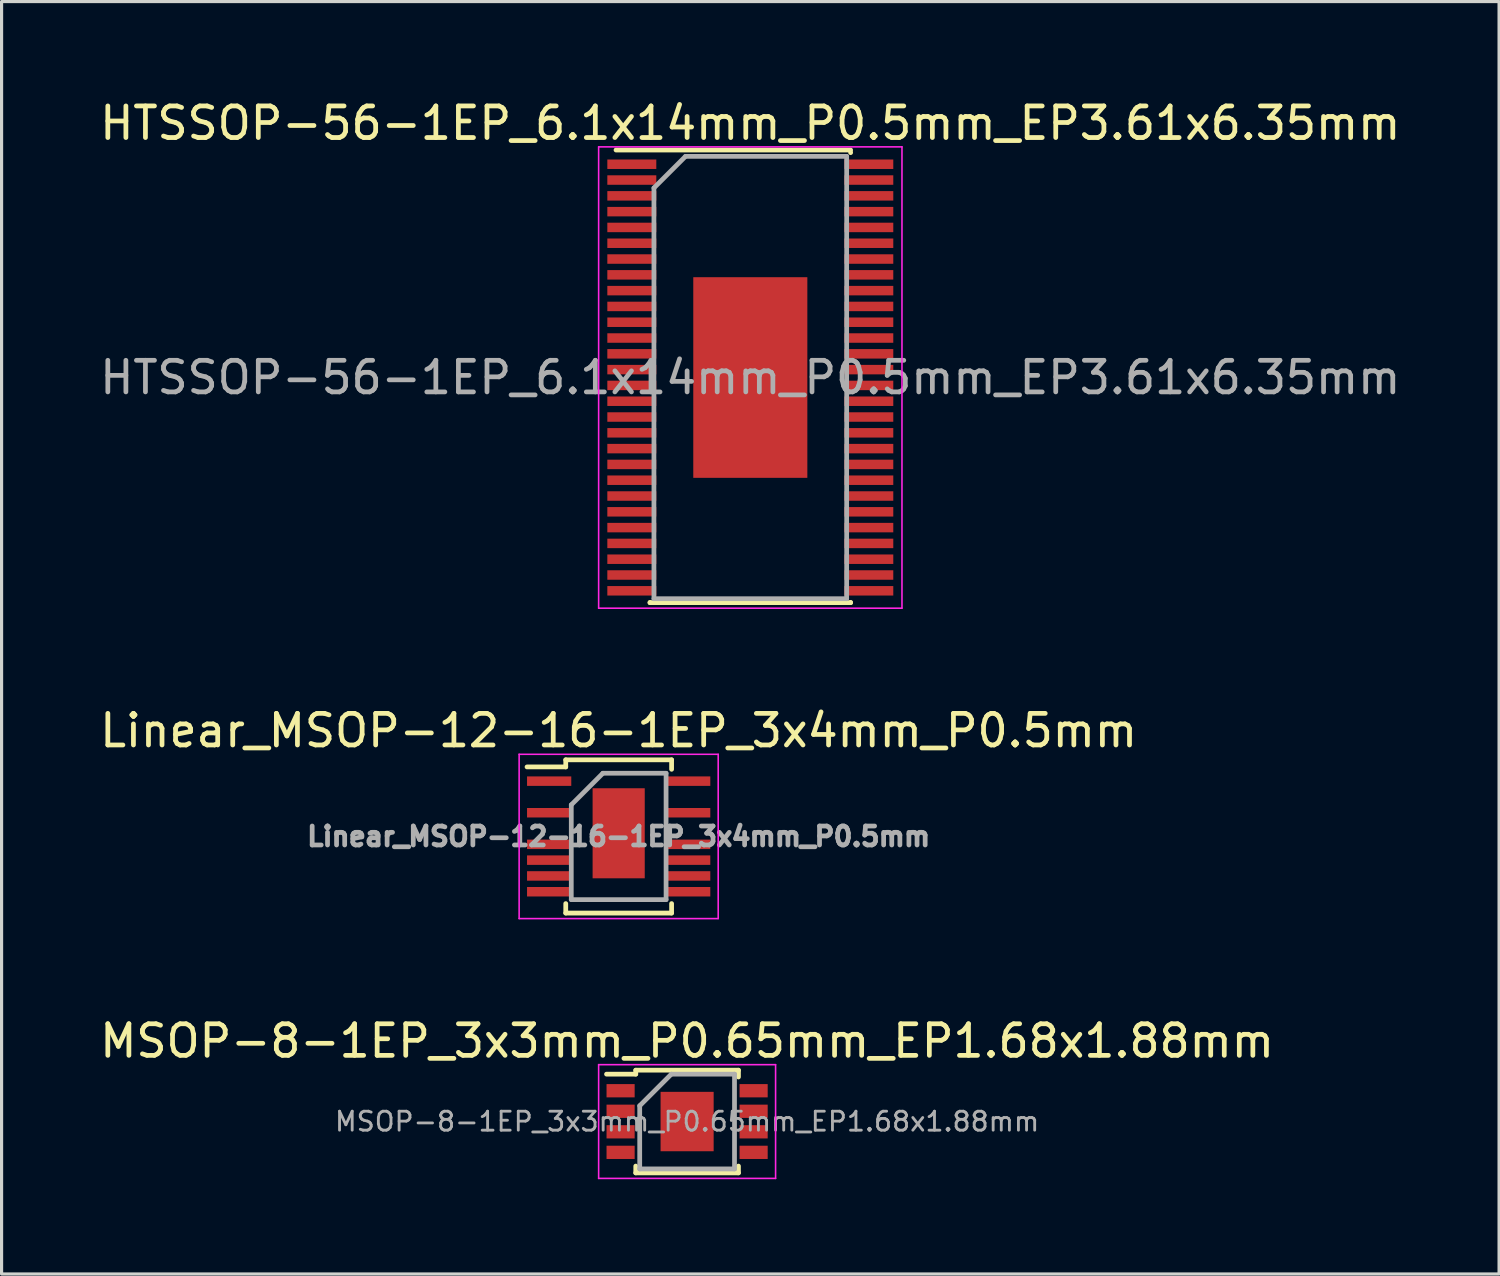
<source format=kicad_pcb>
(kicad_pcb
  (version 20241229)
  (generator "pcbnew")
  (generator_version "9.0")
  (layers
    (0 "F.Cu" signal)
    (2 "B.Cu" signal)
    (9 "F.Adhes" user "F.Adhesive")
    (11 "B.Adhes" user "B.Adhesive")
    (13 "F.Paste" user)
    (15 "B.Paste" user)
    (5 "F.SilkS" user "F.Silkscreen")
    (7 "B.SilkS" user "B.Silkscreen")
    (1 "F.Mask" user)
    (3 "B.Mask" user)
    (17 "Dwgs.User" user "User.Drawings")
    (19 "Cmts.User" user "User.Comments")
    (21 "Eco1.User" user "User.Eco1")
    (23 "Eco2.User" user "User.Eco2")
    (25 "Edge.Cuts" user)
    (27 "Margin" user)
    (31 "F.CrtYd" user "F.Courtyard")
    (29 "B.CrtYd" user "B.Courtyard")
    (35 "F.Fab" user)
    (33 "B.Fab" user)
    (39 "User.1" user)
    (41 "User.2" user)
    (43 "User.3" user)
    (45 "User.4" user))
  (footprint "Linear_MSOP-12-16-1EP_3x4mm_P0.5mm"
    (layer "F.Cu")
    (at 16.53 23.422)
    (property "Reference" "Linear_MSOP-12-16-1EP_3x4mm_P0.5mm" (at 0 -3.35 0) (layer "F.SilkS") (effects (font (size 1 1) (thickness 0.15))))
    (attr smd)
    (fp_line (start -1.675 -2.425) (end -1.675 -2.2) (stroke (width 0.15) (type solid)) (layer "F.SilkS"))
    (fp_line (start -1.675 -2.425) (end 1.675 -2.425) (stroke (width 0.15) (type solid)) (layer "F.SilkS"))
    (fp_line (start -1.675 -2.2) (end -2.9 -2.2) (stroke (width 0.15) (type solid)) (layer "F.SilkS"))
    (fp_line (start -1.675 2.425) (end -1.675 2.125) (stroke (width 0.15) (type solid)) (layer "F.SilkS"))
    (fp_line (start -1.675 2.425) (end 1.675 2.425) (stroke (width 0.15) (type solid)) (layer "F.SilkS"))
    (fp_line (start 1.675 -2.425) (end 1.675 -2.125) (stroke (width 0.15) (type solid)) (layer "F.SilkS"))
    (fp_line (start 1.675 2.425) (end 1.675 2.125) (stroke (width 0.15) (type solid)) (layer "F.SilkS"))
    (fp_line (start -3.15 -2.6) (end -3.15 2.6) (stroke (width 0.05) (type solid)) (layer "F.CrtYd"))
    (fp_line (start -3.15 -2.6) (end 3.15 -2.6) (stroke (width 0.05) (type solid)) (layer "F.CrtYd"))
    (fp_line (start -3.15 2.6) (end 3.15 2.6) (stroke (width 0.05) (type solid)) (layer "F.CrtYd"))
    (fp_line (start 3.15 -2.6) (end 3.15 2.6) (stroke (width 0.05) (type solid)) (layer "F.CrtYd"))
    (fp_line (start -1.5 -1) (end -0.5 -2) (stroke (width 0.15) (type solid)) (layer "F.Fab"))
    (fp_line (start -1.5 2) (end -1.5 -1) (stroke (width 0.15) (type solid)) (layer "F.Fab"))
    (fp_line (start -0.5 -2) (end 1.5 -2) (stroke (width 0.15) (type solid)) (layer "F.Fab"))
    (fp_line (start 1.5 -2) (end 1.5 2) (stroke (width 0.15) (type solid)) (layer "F.Fab"))
    (fp_line (start 1.5 2) (end -1.5 2) (stroke (width 0.15) (type solid)) (layer "F.Fab"))
    (fp_text user "${REFERENCE}" (at 0 0 0) (layer "F.Fab") (effects (font (size 0.6 0.6) (thickness 0.15))))
    (pad "1" smd rect (at -2.2 -1.75) (size 1.4 0.3) (layers "F.Cu" "F.Mask" "F.Paste"))
    (pad "3" smd rect (at -2.2 -0.75) (size 1.4 0.3) (layers "F.Cu" "F.Mask" "F.Paste"))
    (pad "5" smd rect (at -2.2 0.25) (size 1.4 0.3) (layers "F.Cu" "F.Mask" "F.Paste"))
    (pad "6" smd rect (at -2.2 0.75) (size 1.4 0.3) (layers "F.Cu" "F.Mask" "F.Paste"))
    (pad "7" smd rect (at -2.2 1.25) (size 1.4 0.3) (layers "F.Cu" "F.Mask" "F.Paste"))
    (pad "8" smd rect (at -2.2 1.75) (size 1.4 0.3) (layers "F.Cu" "F.Mask" "F.Paste"))
    (pad "9" smd rect (at 2.2 1.75) (size 1.4 0.3) (layers "F.Cu" "F.Mask" "F.Paste"))
    (pad "10" smd rect (at 2.2 1.25) (size 1.4 0.3) (layers "F.Cu" "F.Mask" "F.Paste"))
    (pad "11" smd rect (at 2.2 0.75) (size 1.4 0.3) (layers "F.Cu" "F.Mask" "F.Paste"))
    (pad "12" smd rect (at 2.2 0.25) (size 1.4 0.3) (layers "F.Cu" "F.Mask" "F.Paste"))
    (pad "14" smd rect (at 2.2 -0.75) (size 1.4 0.3) (layers "F.Cu" "F.Mask" "F.Paste"))
    (pad "16" smd rect (at 2.2 -1.75) (size 1.4 0.3) (layers "F.Cu" "F.Mask" "F.Paste"))
    (pad "17" smd rect (at 0 -0.1) (size 1.65 2.85) (layers "F.Cu" "F.Mask" "F.Paste")))
  (footprint "HTSSOP-56-1EP_6.1x14mm_P0.5mm_EP3.61x6.35mm"
    (layer "F.Cu")
    (at 20.696 8.898)
    (property "Reference" "HTSSOP-56-1EP_6.1x14mm_P0.5mm_EP3.61x6.35mm" (at 0 -8.05 0) (layer "F.SilkS") (effects (font (size 1 1) (thickness 0.15))))
    (attr smd)
    (fp_line (start -4.25 -7.2) (end 3.175 -7.2) (stroke (width 0.15) (type solid)) (layer "F.SilkS"))
    (fp_line (start -3.175 7.125) (end -3.175 7.117) (stroke (width 0.15) (type solid)) (layer "F.SilkS"))
    (fp_line (start -3.175 7.125) (end 3.175 7.125) (stroke (width 0.15) (type solid)) (layer "F.SilkS"))
    (fp_line (start 3.175 -7.125) (end 3.175 -7.117) (stroke (width 0.15) (type solid)) (layer "F.SilkS"))
    (fp_line (start 3.175 7.125) (end 3.175 7.117) (stroke (width 0.15) (type solid)) (layer "F.SilkS"))
    (fp_line (start -4.8 -7.3) (end -4.8 7.3) (stroke (width 0.05) (type solid)) (layer "F.CrtYd"))
    (fp_line (start -4.8 -7.3) (end 4.8 -7.3) (stroke (width 0.05) (type solid)) (layer "F.CrtYd"))
    (fp_line (start -4.8 7.3) (end 4.8 7.3) (stroke (width 0.05) (type solid)) (layer "F.CrtYd"))
    (fp_line (start 4.8 -7.3) (end 4.8 7.3) (stroke (width 0.05) (type solid)) (layer "F.CrtYd"))
    (fp_line (start -3.05 -6) (end -2.05 -7) (stroke (width 0.15) (type solid)) (layer "F.Fab"))
    (fp_line (start -3.05 7) (end -3.05 -6) (stroke (width 0.15) (type solid)) (layer "F.Fab"))
    (fp_line (start -2.05 -7) (end 3.05 -7) (stroke (width 0.15) (type solid)) (layer "F.Fab"))
    (fp_line (start 3.05 -7) (end 3.05 7) (stroke (width 0.15) (type solid)) (layer "F.Fab"))
    (fp_line (start 3.05 7) (end -3.05 7) (stroke (width 0.15) (type solid)) (layer "F.Fab"))
    (fp_text user "${REFERENCE}" (at 0 0 0) (layer "F.Fab") (effects (font (size 1 1) (thickness 0.15))))
    (pad "" smd rect (at -1.203 -2.54) (size 0.96 1.03) (layers "B.Paste"))
    (pad "" smd rect (at -1.203 -1.27) (size 0.96 1.03) (layers "B.Paste"))
    (pad "" smd rect (at -1.203 0) (size 0.96 1.03) (layers "B.Paste"))
    (pad "" smd rect (at -1.203 1.27) (size 0.96 1.03) (layers "B.Paste"))
    (pad "" smd rect (at -1.203 2.54) (size 0.96 1.03) (layers "B.Paste"))
    (pad "" smd rect (at 0 -2.54) (size 0.96 1.03) (layers "B.Paste"))
    (pad "" smd rect (at 0 -1.27) (size 0.96 1.03) (layers "B.Paste"))
    (pad "" smd rect (at 0 0) (size 0.96 1.03) (layers "B.Paste"))
    (pad "" smd rect (at 0 1.27) (size 0.96 1.03) (layers "B.Paste"))
    (pad "" smd rect (at 0 2.54) (size 0.96 1.03) (layers "B.Paste"))
    (pad "" smd rect (at 1.203 -2.54) (size 0.96 1.03) (layers "B.Paste"))
    (pad "" smd rect (at 1.203 -1.27) (size 0.96 1.03) (layers "B.Paste"))
    (pad "" smd rect (at 1.203 0) (size 0.96 1.03) (layers "B.Paste"))
    (pad "" smd rect (at 1.203 1.27) (size 0.96 1.03) (layers "B.Paste"))
    (pad "" smd rect (at 1.203 2.54) (size 0.96 1.03) (layers "B.Paste"))
    (pad "1" smd rect (at -3.75 -6.75) (size 1.55 0.3) (layers "F.Cu" "F.Mask" "F.Paste"))
    (pad "2" smd rect (at -3.75 -6.25) (size 1.55 0.3) (layers "F.Cu" "F.Mask" "F.Paste"))
    (pad "3" smd rect (at -3.75 -5.75) (size 1.55 0.3) (layers "F.Cu" "F.Mask" "F.Paste"))
    (pad "4" smd rect (at -3.75 -5.25) (size 1.55 0.3) (layers "F.Cu" "F.Mask" "F.Paste"))
    (pad "5" smd rect (at -3.75 -4.75) (size 1.55 0.3) (layers "F.Cu" "F.Mask" "F.Paste"))
    (pad "6" smd rect (at -3.75 -4.25) (size 1.55 0.3) (layers "F.Cu" "F.Mask" "F.Paste"))
    (pad "7" smd rect (at -3.75 -3.75) (size 1.55 0.3) (layers "F.Cu" "F.Mask" "F.Paste"))
    (pad "8" smd rect (at -3.75 -3.25) (size 1.55 0.3) (layers "F.Cu" "F.Mask" "F.Paste"))
    (pad "9" smd rect (at -3.75 -2.75) (size 1.55 0.3) (layers "F.Cu" "F.Mask" "F.Paste"))
    (pad "10" smd rect (at -3.75 -2.25) (size 1.55 0.3) (layers "F.Cu" "F.Mask" "F.Paste"))
    (pad "11" smd rect (at -3.75 -1.75) (size 1.55 0.3) (layers "F.Cu" "F.Mask" "F.Paste"))
    (pad "12" smd rect (at -3.75 -1.25) (size 1.55 0.3) (layers "F.Cu" "F.Mask" "F.Paste"))
    (pad "13" smd rect (at -3.75 -0.75) (size 1.55 0.3) (layers "F.Cu" "F.Mask" "F.Paste"))
    (pad "14" smd rect (at -3.75 -0.25) (size 1.55 0.3) (layers "F.Cu" "F.Mask" "F.Paste"))
    (pad "15" smd rect (at -3.75 0.25) (size 1.55 0.3) (layers "F.Cu" "F.Mask" "F.Paste"))
    (pad "16" smd rect (at -3.75 0.75) (size 1.55 0.3) (layers "F.Cu" "F.Mask" "F.Paste"))
    (pad "17" smd rect (at -3.75 1.25) (size 1.55 0.3) (layers "F.Cu" "F.Mask" "F.Paste"))
    (pad "18" smd rect (at -3.75 1.75) (size 1.55 0.3) (layers "F.Cu" "F.Mask" "F.Paste"))
    (pad "19" smd rect (at -3.75 2.25) (size 1.55 0.3) (layers "F.Cu" "F.Mask" "F.Paste"))
    (pad "20" smd rect (at -3.75 2.75) (size 1.55 0.3) (layers "F.Cu" "F.Mask" "F.Paste"))
    (pad "21" smd rect (at -3.75 3.25) (size 1.55 0.3) (layers "F.Cu" "F.Mask" "F.Paste"))
    (pad "22" smd rect (at -3.75 3.75) (size 1.55 0.3) (layers "F.Cu" "F.Mask" "F.Paste"))
    (pad "23" smd rect (at -3.75 4.25) (size 1.55 0.3) (layers "F.Cu" "F.Mask" "F.Paste"))
    (pad "24" smd rect (at -3.75 4.75) (size 1.55 0.3) (layers "F.Cu" "F.Mask" "F.Paste"))
    (pad "25" smd rect (at -3.75 5.25) (size 1.55 0.3) (layers "F.Cu" "F.Mask" "F.Paste"))
    (pad "26" smd rect (at -3.75 5.75) (size 1.55 0.3) (layers "F.Cu" "F.Mask" "F.Paste"))
    (pad "27" smd rect (at -3.75 6.25) (size 1.55 0.3) (layers "F.Cu" "F.Mask" "F.Paste"))
    (pad "28" smd rect (at -3.75 6.75) (size 1.55 0.3) (layers "F.Cu" "F.Mask" "F.Paste"))
    (pad "29" smd rect (at 3.75 6.75) (size 1.55 0.3) (layers "F.Cu" "F.Mask" "F.Paste"))
    (pad "30" smd rect (at 3.75 6.25) (size 1.55 0.3) (layers "F.Cu" "F.Mask" "F.Paste"))
    (pad "31" smd rect (at 3.75 5.75) (size 1.55 0.3) (layers "F.Cu" "F.Mask" "F.Paste"))
    (pad "32" smd rect (at 3.75 5.25) (size 1.55 0.3) (layers "F.Cu" "F.Mask" "F.Paste"))
    (pad "33" smd rect (at 3.75 4.75) (size 1.55 0.3) (layers "F.Cu" "F.Mask" "F.Paste"))
    (pad "34" smd rect (at 3.75 4.25) (size 1.55 0.3) (layers "F.Cu" "F.Mask" "F.Paste"))
    (pad "35" smd rect (at 3.75 3.75) (size 1.55 0.3) (layers "F.Cu" "F.Mask" "F.Paste"))
    (pad "36" smd rect (at 3.75 3.25) (size 1.55 0.3) (layers "F.Cu" "F.Mask" "F.Paste"))
    (pad "37" smd rect (at 3.75 2.75) (size 1.55 0.3) (layers "F.Cu" "F.Mask" "F.Paste"))
    (pad "38" smd rect (at 3.75 2.25) (size 1.55 0.3) (layers "F.Cu" "F.Mask" "F.Paste"))
    (pad "39" smd rect (at 3.75 1.75) (size 1.55 0.3) (layers "F.Cu" "F.Mask" "F.Paste"))
    (pad "40" smd rect (at 3.75 1.25) (size 1.55 0.3) (layers "F.Cu" "F.Mask" "F.Paste"))
    (pad "41" smd rect (at 3.75 0.75) (size 1.55 0.3) (layers "F.Cu" "F.Mask" "F.Paste"))
    (pad "42" smd rect (at 3.75 0.25) (size 1.55 0.3) (layers "F.Cu" "F.Mask" "F.Paste"))
    (pad "43" smd rect (at 3.75 -0.25) (size 1.55 0.3) (layers "F.Cu" "F.Mask" "F.Paste"))
    (pad "44" smd rect (at 3.75 -0.75) (size 1.55 0.3) (layers "F.Cu" "F.Mask" "F.Paste"))
    (pad "45" smd rect (at 3.75 -1.25) (size 1.55 0.3) (layers "F.Cu" "F.Mask" "F.Paste"))
    (pad "46" smd rect (at 3.75 -1.75) (size 1.55 0.3) (layers "F.Cu" "F.Mask" "F.Paste"))
    (pad "47" smd rect (at 3.75 -2.25) (size 1.55 0.3) (layers "F.Cu" "F.Mask" "F.Paste"))
    (pad "48" smd rect (at 3.75 -2.75) (size 1.55 0.3) (layers "F.Cu" "F.Mask" "F.Paste"))
    (pad "49" smd rect (at 3.75 -3.25) (size 1.55 0.3) (layers "F.Cu" "F.Mask" "F.Paste"))
    (pad "50" smd rect (at 3.75 -3.75) (size 1.55 0.3) (layers "F.Cu" "F.Mask" "F.Paste"))
    (pad "51" smd rect (at 3.75 -4.25) (size 1.55 0.3) (layers "F.Cu" "F.Mask" "F.Paste"))
    (pad "52" smd rect (at 3.75 -4.75) (size 1.55 0.3) (layers "F.Cu" "F.Mask" "F.Paste"))
    (pad "53" smd rect (at 3.75 -5.25) (size 1.55 0.3) (layers "F.Cu" "F.Mask" "F.Paste"))
    (pad "54" smd rect (at 3.75 -5.75) (size 1.55 0.3) (layers "F.Cu" "F.Mask" "F.Paste"))
    (pad "55" smd rect (at 3.75 -6.25) (size 1.55 0.3) (layers "F.Cu" "F.Mask" "F.Paste"))
    (pad "56" smd rect (at 3.75 -6.75) (size 1.55 0.3) (layers "F.Cu" "F.Mask" "F.Paste"))
    (pad "57" smd rect (at 0 0) (size 3.61 6.35) (layers "F.Cu" "F.Mask")))
  (footprint "MSOP-8-1EP_3x3mm_P0.65mm_EP1.68x1.88mm"
    (layer "F.Cu")
    (at 18.696 32.445)
    (property "Reference" "MSOP-8-1EP_3x3mm_P0.65mm_EP1.68x1.88mm" (at 0 -2.55 0) (layer "F.SilkS") (effects (font (size 1 1) (thickness 0.15))))
    (attr smd)
    (fp_line (start -1.625 -1.625) (end -1.625 -1.5) (stroke (width 0.15) (type solid)) (layer "F.SilkS"))
    (fp_line (start -1.625 -1.625) (end 1.625 -1.625) (stroke (width 0.15) (type solid)) (layer "F.SilkS"))
    (fp_line (start -1.625 -1.5) (end -2.55 -1.5) (stroke (width 0.15) (type solid)) (layer "F.SilkS"))
    (fp_line (start -1.625 1.625) (end -1.625 1.41) (stroke (width 0.15) (type solid)) (layer "F.SilkS"))
    (fp_line (start -1.625 1.625) (end 1.625 1.625) (stroke (width 0.15) (type solid)) (layer "F.SilkS"))
    (fp_line (start 1.625 -1.625) (end 1.625 -1.41) (stroke (width 0.15) (type solid)) (layer "F.SilkS"))
    (fp_line (start 1.625 1.625) (end 1.625 1.41) (stroke (width 0.15) (type solid)) (layer "F.SilkS"))
    (fp_line (start -2.8 -1.8) (end -2.8 1.8) (stroke (width 0.05) (type solid)) (layer "F.CrtYd"))
    (fp_line (start -2.8 -1.8) (end 2.8 -1.8) (stroke (width 0.05) (type solid)) (layer "F.CrtYd"))
    (fp_line (start -2.8 1.8) (end 2.8 1.8) (stroke (width 0.05) (type solid)) (layer "F.CrtYd"))
    (fp_line (start 2.8 -1.8) (end 2.8 1.8) (stroke (width 0.05) (type solid)) (layer "F.CrtYd"))
    (fp_line (start -1.5 -0.5) (end -0.5 -1.5) (stroke (width 0.15) (type solid)) (layer "F.Fab"))
    (fp_line (start -1.5 1.5) (end -1.5 -0.5) (stroke (width 0.15) (type solid)) (layer "F.Fab"))
    (fp_line (start -0.5 -1.5) (end 1.5 -1.5) (stroke (width 0.15) (type solid)) (layer "F.Fab"))
    (fp_line (start 1.5 -1.5) (end 1.5 1.5) (stroke (width 0.15) (type solid)) (layer "F.Fab"))
    (fp_line (start 1.5 1.5) (end -1.5 1.5) (stroke (width 0.15) (type solid)) (layer "F.Fab"))
    (fp_text user "${REFERENCE}" (at 0 0 0) (layer "F.Fab") (effects (font (size 0.6 0.6) (thickness 0.09))))
    (pad "" smd rect (at -0.42 -0.47) (size 0.66 0.76) (layers "F.Paste"))
    (pad "" smd rect (at -0.42 0.47) (size 0.66 0.76) (layers "F.Paste"))
    (pad "" smd rect (at 0.42 -0.47) (size 0.66 0.76) (layers "F.Paste"))
    (pad "" smd rect (at 0.42 0.47) (size 0.66 0.76) (layers "F.Paste"))
    (pad "1" smd rect (at -2.105 -0.975) (size 0.89 0.42) (layers "F.Cu" "F.Mask" "F.Paste"))
    (pad "2" smd rect (at -2.105 -0.325) (size 0.89 0.42) (layers "F.Cu" "F.Mask" "F.Paste"))
    (pad "3" smd rect (at -2.105 0.325) (size 0.89 0.42) (layers "F.Cu" "F.Mask" "F.Paste"))
    (pad "4" smd rect (at -2.105 0.975) (size 0.89 0.42) (layers "F.Cu" "F.Mask" "F.Paste"))
    (pad "5" smd rect (at 2.105 0.975) (size 0.89 0.42) (layers "F.Cu" "F.Mask" "F.Paste"))
    (pad "6" smd rect (at 2.105 0.325) (size 0.89 0.42) (layers "F.Cu" "F.Mask" "F.Paste"))
    (pad "7" smd rect (at 2.105 -0.325) (size 0.89 0.42) (layers "F.Cu" "F.Mask" "F.Paste"))
    (pad "8" smd rect (at 2.105 -0.975) (size 0.89 0.42) (layers "F.Cu" "F.Mask" "F.Paste"))
    (pad "9" smd rect (at 0 0) (size 1.68 1.88) (layers "F.Cu" "F.Mask")))
  (gr_rect
    (start -3 -3)
    (end 44.393 37.27)
    (stroke (width 0.1) (type default))
    (fill no)
    (layer "Edge.Cuts")))
</source>
